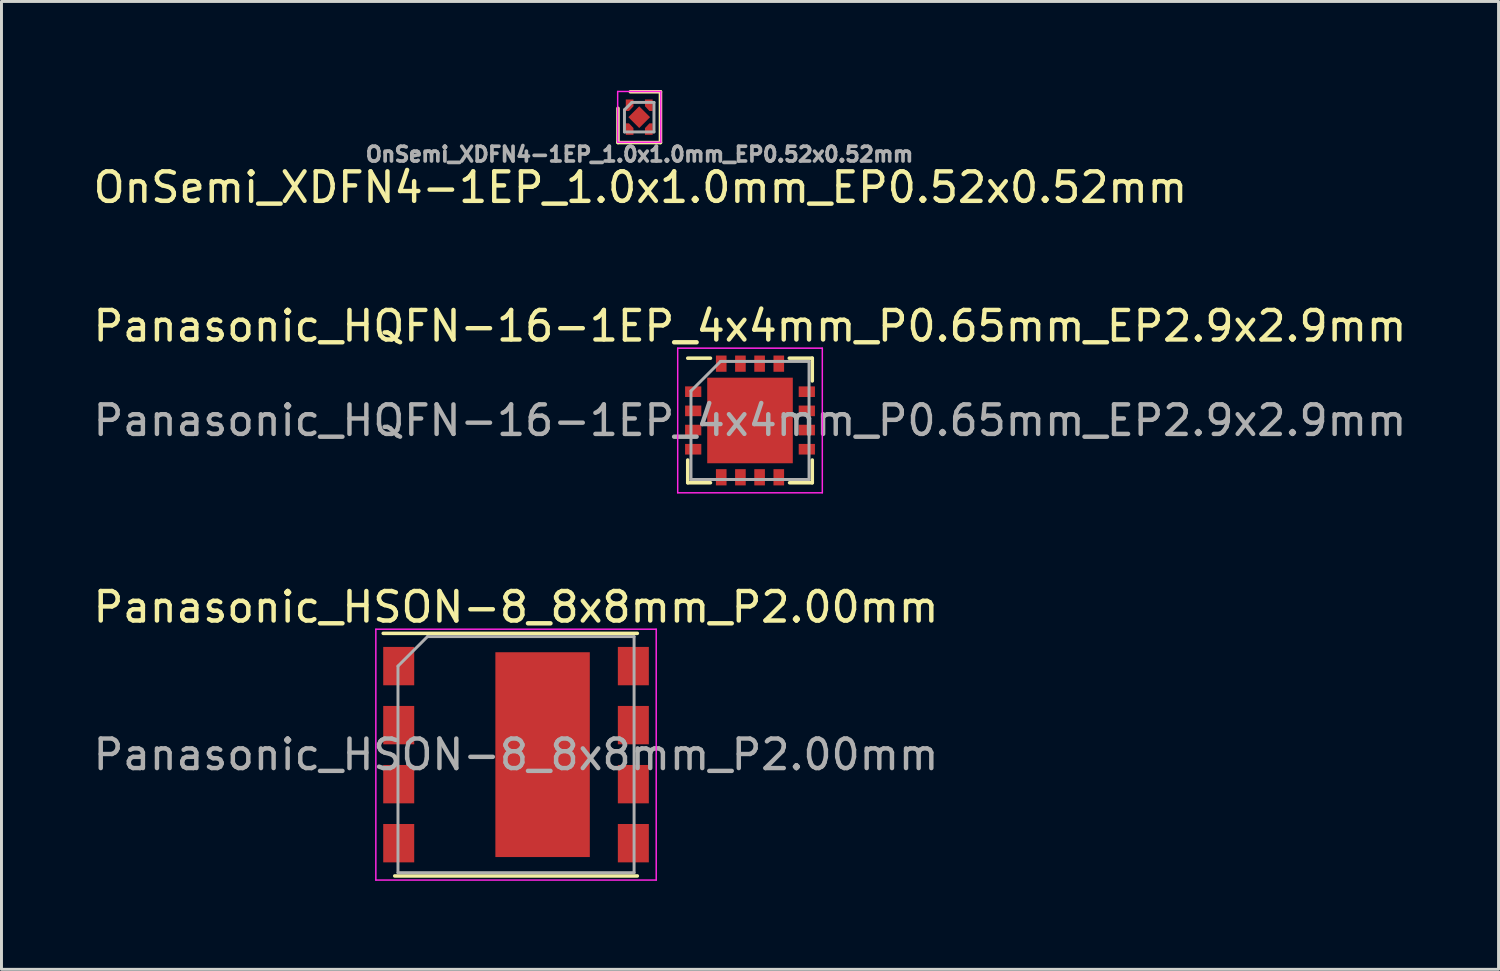
<source format=kicad_pcb>
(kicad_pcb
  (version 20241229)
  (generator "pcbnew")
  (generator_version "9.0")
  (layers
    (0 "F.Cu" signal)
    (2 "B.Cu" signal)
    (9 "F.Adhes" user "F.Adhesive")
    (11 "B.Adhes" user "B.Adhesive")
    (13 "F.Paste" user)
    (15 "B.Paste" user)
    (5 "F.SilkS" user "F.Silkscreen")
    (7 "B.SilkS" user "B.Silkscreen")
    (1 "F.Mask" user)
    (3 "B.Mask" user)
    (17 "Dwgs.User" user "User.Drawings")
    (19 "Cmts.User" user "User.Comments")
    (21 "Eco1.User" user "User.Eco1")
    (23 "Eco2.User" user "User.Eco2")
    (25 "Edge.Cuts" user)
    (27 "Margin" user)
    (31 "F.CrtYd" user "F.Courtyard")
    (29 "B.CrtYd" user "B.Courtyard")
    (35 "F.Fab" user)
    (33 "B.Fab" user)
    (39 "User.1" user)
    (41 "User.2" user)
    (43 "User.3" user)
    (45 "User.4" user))
  (footprint "Panasonic_HSON-8_8x8mm_P2.00mm"
    (layer "F.Cu")
    (at 14.435 22.52)
    (property "Reference" "Panasonic_HSON-8_8x8mm_P2.00mm" (at 0 -5 0) (layer "F.SilkS") (effects (font (size 1 1) (thickness 0.15))))
    (attr smd)
    (fp_line (start 4.11 -4.11) (end -4.5 -4.11) (stroke (width 0.12) (type solid)) (layer "F.SilkS"))
    (fp_line (start 4.11 4.11) (end -4.11 4.11) (stroke (width 0.12) (type solid)) (layer "F.SilkS"))
    (fp_line (start -4.75 -4.25) (end 4.75 -4.25) (stroke (width 0.05) (type solid)) (layer "F.CrtYd"))
    (fp_line (start -4.75 4.25) (end -4.75 -4.25) (stroke (width 0.05) (type solid)) (layer "F.CrtYd"))
    (fp_line (start -4.75 4.25) (end 4.75 4.25) (stroke (width 0.05) (type solid)) (layer "F.CrtYd"))
    (fp_line (start 4.75 -4.25) (end 4.75 4.25) (stroke (width 0.05) (type solid)) (layer "F.CrtYd"))
    (fp_line (start -4 4) (end -4 -3) (stroke (width 0.1) (type solid)) (layer "F.Fab"))
    (fp_line (start -3 -4) (end -4 -3) (stroke (width 0.1) (type solid)) (layer "F.Fab"))
    (fp_line (start -3 -4) (end 4 -4) (stroke (width 0.1) (type solid)) (layer "F.Fab"))
    (fp_line (start 4 -4) (end 4 4) (stroke (width 0.1) (type solid)) (layer "F.Fab"))
    (fp_line (start 4 4) (end -4 4) (stroke (width 0.1) (type solid)) (layer "F.Fab"))
    (fp_text user "${REFERENCE}" (at 0 0 0) (layer "F.Fab") (effects (font (size 1 1) (thickness 0.15))))
    (pad "" smd rect (at -4 -3) (size 1 1.3) (layers "F.Paste"))
    (pad "" smd rect (at -4 -1) (size 1 1.3) (layers "F.Paste"))
    (pad "" smd rect (at -4 1) (size 1 1.3) (layers "F.Paste"))
    (pad "" smd rect (at -4 3) (size 1 1.3) (layers "F.Paste"))
    (pad "" smd rect (at 0.15 -3) (size 0.9 0.9) (layers "F.Paste"))
    (pad "" smd rect (at 0.15 -1.5) (size 0.9 0.9) (layers "F.Paste"))
    (pad "" smd rect (at 0.15 0) (size 0.9 0.9) (layers "F.Paste"))
    (pad "" smd rect (at 0.15 1.5) (size 0.9 0.9) (layers "F.Paste"))
    (pad "" smd rect (at 0.15 3) (size 0.9 0.9) (layers "F.Paste"))
    (pad "" smd rect (at 1.65 -3) (size 0.9 0.9) (layers "F.Paste"))
    (pad "" smd rect (at 1.65 -1.5) (size 0.9 0.9) (layers "F.Paste"))
    (pad "" smd rect (at 1.65 0) (size 0.9 0.9) (layers "F.Paste"))
    (pad "" smd rect (at 1.65 1.5) (size 0.9 0.9) (layers "F.Paste"))
    (pad "" smd rect (at 1.65 3) (size 0.9 0.9) (layers "F.Paste"))
    (pad "" smd rect (at 4 -3) (size 1 1.3) (layers "F.Paste"))
    (pad "" smd rect (at 4 -1) (size 1 1.3) (layers "F.Paste"))
    (pad "" smd rect (at 4 1) (size 1 1.3) (layers "F.Paste"))
    (pad "" smd rect (at 4 3) (size 1 1.3) (layers "F.Paste"))
    (pad "1" smd rect (at -3.975 -3) (size 1.05 1.3) (layers "F.Cu" "F.Mask"))
    (pad "2" smd rect (at -3.975 -1) (size 1.05 1.3) (layers "F.Cu" "F.Mask"))
    (pad "3" smd rect (at -3.975 1) (size 1.05 1.3) (layers "F.Cu" "F.Mask"))
    (pad "4" smd rect (at -3.975 3) (size 1.05 1.3) (layers "F.Cu" "F.Mask"))
    (pad "5" smd rect (at 3.975 3) (size 1.05 1.3) (layers "F.Cu" "F.Mask"))
    (pad "6" smd rect (at 3.975 1) (size 1.05 1.3) (layers "F.Cu" "F.Mask"))
    (pad "7" smd rect (at 3.975 -1) (size 1.05 1.3) (layers "F.Cu" "F.Mask"))
    (pad "8" smd rect (at 3.975 -3) (size 1.05 1.3) (layers "F.Cu" "F.Mask"))
    (pad "9" smd rect (at 0.9 0) (size 3.2 6.94) (layers "F.Cu" "F.Mask")))
  (footprint "Panasonic_HQFN-16-1EP_4x4mm_P0.65mm_EP2.9x2.9mm"
    (layer "F.Cu")
    (at 22.363 11.197)
    (property "Reference" "Panasonic_HQFN-16-1EP_4x4mm_P0.65mm_EP2.9x2.9mm" (at 0 -3.2 0) (layer "F.SilkS") (effects (font (size 1 1) (thickness 0.15))))
    (attr smd)
    (fp_line (start -2.11 1.34) (end -2.11 2.11) (stroke (width 0.12) (type solid)) (layer "F.SilkS"))
    (fp_line (start -1.34 -2.11) (end -2.11 -2.11) (stroke (width 0.12) (type solid)) (layer "F.SilkS"))
    (fp_line (start -1.34 2.11) (end -2.11 2.11) (stroke (width 0.12) (type solid)) (layer "F.SilkS"))
    (fp_line (start 1.33 -2.11) (end 2.11 -2.11) (stroke (width 0.12) (type solid)) (layer "F.SilkS"))
    (fp_line (start 1.34 2.11) (end 2.11 2.11) (stroke (width 0.12) (type solid)) (layer "F.SilkS"))
    (fp_line (start 2.11 -1.34) (end 2.11 -2.11) (stroke (width 0.12) (type solid)) (layer "F.SilkS"))
    (fp_line (start 2.11 1.34) (end 2.11 2.11) (stroke (width 0.12) (type solid)) (layer "F.SilkS"))
    (fp_line (start -2.45 -2.45) (end 2.45 -2.45) (stroke (width 0.05) (type solid)) (layer "F.CrtYd"))
    (fp_line (start -2.45 2.45) (end -2.45 -2.45) (stroke (width 0.05) (type solid)) (layer "F.CrtYd"))
    (fp_line (start -2.45 2.45) (end 2.45 2.45) (stroke (width 0.05) (type solid)) (layer "F.CrtYd"))
    (fp_line (start 2.45 -2.45) (end 2.45 2.45) (stroke (width 0.05) (type solid)) (layer "F.CrtYd"))
    (fp_line (start -2 2) (end -2 -1) (stroke (width 0.1) (type solid)) (layer "F.Fab"))
    (fp_line (start -1 -2) (end -2 -1) (stroke (width 0.1) (type solid)) (layer "F.Fab"))
    (fp_line (start -1 -2) (end 2 -2) (stroke (width 0.1) (type solid)) (layer "F.Fab"))
    (fp_line (start 2 -2) (end 2 2) (stroke (width 0.1) (type solid)) (layer "F.Fab"))
    (fp_line (start 2 2) (end -2 2) (stroke (width 0.1) (type solid)) (layer "F.Fab"))
    (fp_text user "${REFERENCE}" (at 0 0 0) (layer "F.Fab") (effects (font (size 1 1) (thickness 0.15))))
    (pad "" smd rect (at -1.95 -0.975) (size 0.5 0.36) (layers "F.Paste"))
    (pad "" smd rect (at -1.95 -0.325) (size 0.5 0.36) (layers "F.Paste"))
    (pad "" smd rect (at -1.95 0.325) (size 0.5 0.36) (layers "F.Paste"))
    (pad "" smd rect (at -1.95 0.975) (size 0.5 0.36) (layers "F.Paste"))
    (pad "" smd rect (at -0.975 -1.95) (size 0.36 0.5) (layers "F.Paste"))
    (pad "" smd rect (at -0.975 1.95) (size 0.36 0.5) (layers "F.Paste"))
    (pad "" smd rect (at -0.725 -0.725) (size 1.05 1.05) (layers "F.Paste"))
    (pad "" smd rect (at -0.725 0.725) (size 1.05 1.05) (layers "F.Paste"))
    (pad "" smd rect (at -0.325 -1.95) (size 0.36 0.5) (layers "F.Paste"))
    (pad "" smd rect (at -0.325 1.95) (size 0.36 0.5) (layers "F.Paste"))
    (pad "" smd rect (at 0.325 -1.95) (size 0.36 0.5) (layers "F.Paste"))
    (pad "" smd rect (at 0.325 1.95) (size 0.36 0.5) (layers "F.Paste"))
    (pad "" smd rect (at 0.725 -0.725) (size 1.05 1.05) (layers "F.Paste"))
    (pad "" smd rect (at 0.725 0.725) (size 1.05 1.05) (layers "F.Paste"))
    (pad "" smd rect (at 0.975 -1.95) (size 0.36 0.5) (layers "F.Paste"))
    (pad "" smd rect (at 0.975 1.95) (size 0.36 0.5) (layers "F.Paste"))
    (pad "" smd rect (at 1.95 -0.975) (size 0.5 0.36) (layers "F.Paste"))
    (pad "" smd rect (at 1.95 -0.325) (size 0.5 0.36) (layers "F.Paste"))
    (pad "" smd rect (at 1.95 0.325) (size 0.5 0.36) (layers "F.Paste"))
    (pad "" smd rect (at 1.95 0.975) (size 0.5 0.36) (layers "F.Paste"))
    (pad "1" smd rect (at -1.925 -0.975) (size 0.55 0.36) (layers "F.Cu" "F.Mask"))
    (pad "2" smd rect (at -1.925 -0.325) (size 0.55 0.36) (layers "F.Cu" "F.Mask"))
    (pad "3" smd rect (at -1.925 0.325) (size 0.55 0.36) (layers "F.Cu" "F.Mask"))
    (pad "4" smd rect (at -1.925 0.975) (size 0.55 0.36) (layers "F.Cu" "F.Mask"))
    (pad "5" smd rect (at -0.975 1.925) (size 0.36 0.55) (layers "F.Cu" "F.Mask"))
    (pad "6" smd rect (at -0.325 1.925) (size 0.36 0.55) (layers "F.Cu" "F.Mask"))
    (pad "7" smd rect (at 0.325 1.925) (size 0.36 0.55) (layers "F.Cu" "F.Mask"))
    (pad "8" smd rect (at 0.975 1.925) (size 0.36 0.55) (layers "F.Cu" "F.Mask"))
    (pad "9" smd rect (at 1.925 0.975) (size 0.55 0.36) (layers "F.Cu" "F.Mask"))
    (pad "10" smd rect (at 1.925 0.325) (size 0.55 0.36) (layers "F.Cu" "F.Mask"))
    (pad "11" smd rect (at 1.925 -0.325) (size 0.55 0.36) (layers "F.Cu" "F.Mask"))
    (pad "12" smd rect (at 1.925 -0.975) (size 0.55 0.36) (layers "F.Cu" "F.Mask"))
    (pad "13" smd rect (at 0.975 -1.925) (size 0.36 0.55) (layers "F.Cu" "F.Mask"))
    (pad "14" smd rect (at 0.325 -1.925) (size 0.36 0.55) (layers "F.Cu" "F.Mask"))
    (pad "15" smd rect (at -0.325 -1.925) (size 0.36 0.55) (layers "F.Cu" "F.Mask"))
    (pad "16" smd rect (at -0.975 -1.925) (size 0.36 0.55) (layers "F.Cu" "F.Mask"))
    (pad "17" smd rect (at 0 0) (size 2.9 2.9) (layers "F.Cu" "F.Mask")))
  (footprint "OnSemi_XDFN4-1EP_1.0x1.0mm_EP0.52x0.52mm"
    (layer "F.Cu")
    (at 18.609 0.92)
    (property "Reference" "OnSemi_XDFN4-1EP_1.0x1.0mm_EP0.52x0.52mm" (at 0.04 2.38 0) (layer "F.SilkS") (effects (font (size 1 1) (thickness 0.15))))
    (attr smd)
    (fp_line (start -0.72 -0.3) (end -0.72 0.86) (stroke (width 0.12) (type solid)) (layer "F.SilkS"))
    (fp_line (start -0.72 0.86) (end 0.72 0.86) (stroke (width 0.12) (type solid)) (layer "F.SilkS"))
    (fp_line (start 0.72 -0.86) (end -0.3 -0.86) (stroke (width 0.12) (type solid)) (layer "F.SilkS"))
    (fp_line (start 0.72 0.86) (end 0.72 -0.86) (stroke (width 0.12) (type solid)) (layer "F.SilkS"))
    (fp_line (start -0.73 -0.87) (end 0.73 -0.87) (stroke (width 0.05) (type solid)) (layer "F.CrtYd"))
    (fp_line (start -0.73 0.85) (end -0.73 -0.87) (stroke (width 0.05) (type solid)) (layer "F.CrtYd"))
    (fp_line (start 0.73 -0.87) (end 0.73 0.85) (stroke (width 0.05) (type solid)) (layer "F.CrtYd"))
    (fp_line (start 0.73 0.85) (end -0.73 0.85) (stroke (width 0.05) (type solid)) (layer "F.CrtYd"))
    (fp_line (start -0.5 -0.25) (end -0.25 -0.5) (stroke (width 0.1) (type solid)) (layer "F.Fab"))
    (fp_line (start -0.5 0.5) (end -0.5 -0.25) (stroke (width 0.1) (type solid)) (layer "F.Fab"))
    (fp_line (start -0.25 -0.5) (end 0.5 -0.5) (stroke (width 0.1) (type solid)) (layer "F.Fab"))
    (fp_line (start 0.5 -0.5) (end 0.5 0.5) (stroke (width 0.1) (type solid)) (layer "F.Fab"))
    (fp_line (start 0.5 0.5) (end -0.5 0.5) (stroke (width 0.1) (type solid)) (layer "F.Fab"))
    (fp_text user "${REFERENCE}" (at 0.01 1.26 0) (layer "F.Fab") (effects (font (size 0.5 0.5) (thickness 0.125))))
    (pad "1" smd custom (at -0.325 -0.485 180) (size 0.26 0.23) (layers "F.Cu" "F.Mask" "F.Paste") (options (anchor rect)) (primitives (gr_poly (pts (xy -0.13 -0.115) (xy 0.13 -0.115) (xy 0.13 -0.275) (xy 0.02 -0.275)) (width 0) (fill yes))))
    (pad "2" smd custom (at 0.325 -0.485 180) (size 0.26 0.23) (layers "F.Cu" "F.Mask" "F.Paste") (options (anchor rect)) (primitives (gr_poly (pts (xy 0.13 -0.115) (xy -0.13 -0.115) (xy -0.13 -0.275) (xy -0.02 -0.275)) (width 0) (fill yes))))
    (pad "3" smd custom (at 0.325 0.485) (size 0.26 0.23) (layers "F.Cu" "F.Mask" "F.Paste") (options (anchor rect)) (primitives (gr_poly (pts (xy -0.13 -0.115) (xy 0.13 -0.115) (xy 0.13 -0.275) (xy 0.02 -0.275)) (width 0) (fill yes))))
    (pad "4" smd custom (at -0.325 0.485) (size 0.26 0.23) (layers "F.Cu" "F.Mask" "F.Paste") (options (anchor rect)) (primitives (gr_poly (pts (xy 0.13 -0.115) (xy -0.13 -0.115) (xy -0.13 -0.275) (xy -0.02 -0.275)) (width 0) (fill yes))))
    (pad "5" smd rect (at 0 0 45) (size 0.52 0.52) (layers "F.Cu" "F.Mask" "F.Paste")))
  (gr_rect
    (start -3 -3)
    (end 47.726 29.795)
    (stroke (width 0.1) (type default))
    (fill no)
    (layer "Edge.Cuts")))
</source>
